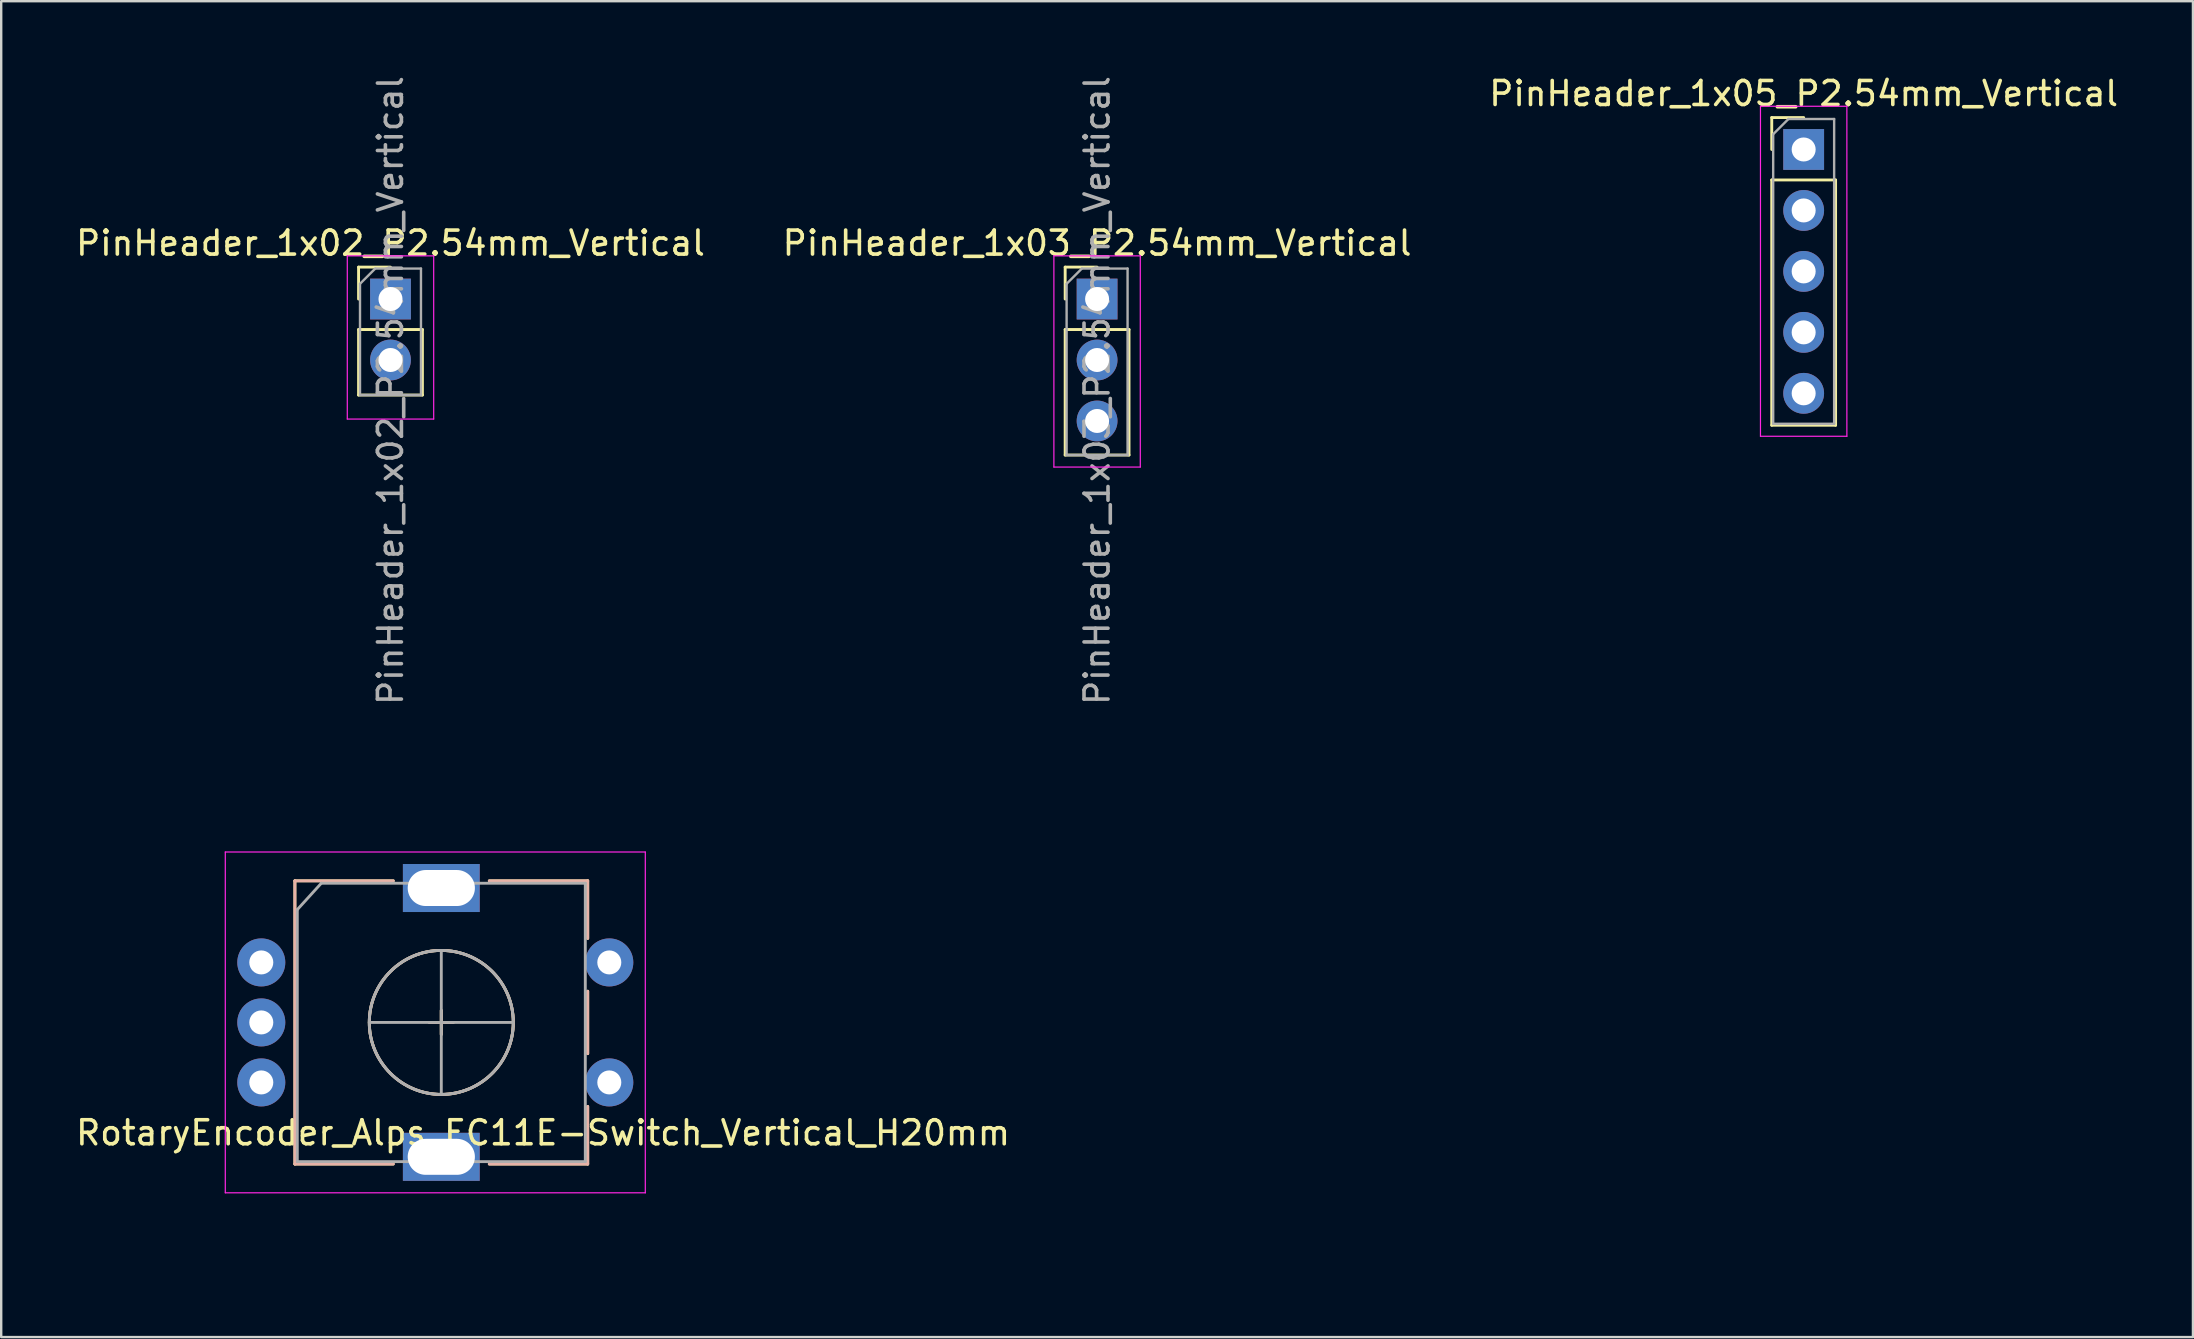
<source format=kicad_pcb>
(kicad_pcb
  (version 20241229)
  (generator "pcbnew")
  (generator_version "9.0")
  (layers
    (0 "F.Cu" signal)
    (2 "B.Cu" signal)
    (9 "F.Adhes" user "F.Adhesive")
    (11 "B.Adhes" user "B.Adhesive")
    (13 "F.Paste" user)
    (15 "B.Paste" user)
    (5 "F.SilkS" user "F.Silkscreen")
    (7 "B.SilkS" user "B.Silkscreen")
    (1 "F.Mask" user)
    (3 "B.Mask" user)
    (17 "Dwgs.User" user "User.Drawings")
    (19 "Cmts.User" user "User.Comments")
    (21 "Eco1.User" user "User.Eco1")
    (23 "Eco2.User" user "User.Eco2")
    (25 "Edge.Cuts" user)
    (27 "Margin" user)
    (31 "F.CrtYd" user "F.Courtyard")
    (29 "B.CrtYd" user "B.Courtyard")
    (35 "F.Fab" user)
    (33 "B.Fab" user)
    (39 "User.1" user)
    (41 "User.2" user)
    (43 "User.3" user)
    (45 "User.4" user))
  (footprint "PinHeader_1x05_P2.54mm_Vertical"
    (layer "F.Cu")
    (at 72.101 3.178)
    (property "Reference" "PinHeader_1x05_P2.54mm_Vertical" (at 0 -2.33 0) (layer "F.SilkS") (effects (font (size 1 1) (thickness 0.15))))
    (attr through_hole)
    (fp_line (start -1.33 -1.33) (end 0 -1.33) (stroke (width 0.12) (type solid)) (layer "F.SilkS"))
    (fp_line (start -1.33 0) (end -1.33 -1.33) (stroke (width 0.12) (type solid)) (layer "F.SilkS"))
    (fp_line (start -1.33 1.27) (end -1.33 11.49) (stroke (width 0.12) (type solid)) (layer "F.SilkS"))
    (fp_line (start -1.33 1.27) (end 1.33 1.27) (stroke (width 0.12) (type solid)) (layer "F.SilkS"))
    (fp_line (start -1.33 11.49) (end 1.33 11.49) (stroke (width 0.12) (type solid)) (layer "F.SilkS"))
    (fp_line (start 1.33 1.27) (end 1.33 11.49) (stroke (width 0.12) (type solid)) (layer "F.SilkS"))
    (fp_line (start -1.8 -1.8) (end -1.8 11.95) (stroke (width 0.05) (type solid)) (layer "F.CrtYd"))
    (fp_line (start -1.8 11.95) (end 1.8 11.95) (stroke (width 0.05) (type solid)) (layer "F.CrtYd"))
    (fp_line (start 1.8 -1.8) (end -1.8 -1.8) (stroke (width 0.05) (type solid)) (layer "F.CrtYd"))
    (fp_line (start 1.8 11.95) (end 1.8 -1.8) (stroke (width 0.05) (type solid)) (layer "F.CrtYd"))
    (fp_line (start -1.27 -0.635) (end -0.635 -1.27) (stroke (width 0.1) (type solid)) (layer "F.Fab"))
    (fp_line (start -1.27 11.43) (end -1.27 -0.635) (stroke (width 0.1) (type solid)) (layer "F.Fab"))
    (fp_line (start -0.635 -1.27) (end 1.27 -1.27) (stroke (width 0.1) (type solid)) (layer "F.Fab"))
    (fp_line (start 1.27 -1.27) (end 1.27 11.43) (stroke (width 0.1) (type solid)) (layer "F.Fab"))
    (fp_line (start 1.27 11.43) (end -1.27 11.43) (stroke (width 0.1) (type solid)) (layer "F.Fab"))
    (pad "1" thru_hole rect (at 0 0) (size 1.7 1.7) (drill 1) (layers "*.Cu" "*.Mask"))
    (pad "2" thru_hole oval (at 0 2.54) (size 1.7 1.7) (drill 1) (layers "*.Cu" "*.Mask"))
    (pad "3" thru_hole oval (at 0 5.08) (size 1.7 1.7) (drill 1) (layers "*.Cu" "*.Mask"))
    (pad "4" thru_hole oval (at 0 7.62) (size 1.7 1.7) (drill 1) (layers "*.Cu" "*.Mask"))
    (pad "5" thru_hole oval (at 0 10.16) (size 1.7 1.7) (drill 1) (layers "*.Cu" "*.Mask")))
  (footprint "RotaryEncoder_Alps_EC11E-Switch_Vertical_H20mm"
    (layer "F.Cu")
    (at 15.337 39.55)
    (property "Reference" "RotaryEncoder_Alps_EC11E-Switch_Vertical_H20mm" (at 4.24 4.6 0) (layer "F.SilkS") (effects (font (size 1 1) (thickness 0.15))))
    (attr through_hole)
    (fp_line (start -6.1 -5.9) (end -6.1 5.9) (stroke (width 0.12) (type solid)) (layer "F.SilkS"))
    (fp_line (start -2 -5.9) (end -6.1 -5.9) (stroke (width 0.12) (type solid)) (layer "F.SilkS"))
    (fp_line (start -2 5.9) (end -6.1 5.9) (stroke (width 0.12) (type solid)) (layer "F.SilkS"))
    (fp_line (start -0.5 0) (end 0.5 0) (stroke (width 0.12) (type solid)) (layer "F.SilkS"))
    (fp_line (start 0 -0.5) (end 0 0.5) (stroke (width 0.12) (type solid)) (layer "F.SilkS"))
    (fp_line (start 2 -5.9) (end 6.1 -5.9) (stroke (width 0.12) (type solid)) (layer "F.SilkS"))
    (fp_line (start 6.1 -5.9) (end 6.1 -3.5) (stroke (width 0.12) (type solid)) (layer "F.SilkS"))
    (fp_line (start 6.1 -1.3) (end 6.1 1.3) (stroke (width 0.12) (type solid)) (layer "F.SilkS"))
    (fp_line (start 6.1 3.5) (end 6.1 5.9) (stroke (width 0.12) (type solid)) (layer "F.SilkS"))
    (fp_line (start 6.1 5.9) (end 2 5.9) (stroke (width 0.12) (type solid)) (layer "F.SilkS"))
    (fp_circle (center 0 0) (end 3 0) (stroke (width 0.12) (type solid)) (fill no) (layer "F.SilkS"))
    (fp_line (start -6.1 -5.9) (end -6.1 5.9) (stroke (width 0.12) (type solid)) (layer "B.SilkS"))
    (fp_line (start -2 -5.9) (end -6.1 -5.9) (stroke (width 0.12) (type solid)) (layer "B.SilkS"))
    (fp_line (start -2 5.9) (end -6.1 5.9) (stroke (width 0.12) (type solid)) (layer "B.SilkS"))
    (fp_line (start -0.5 0) (end 0.5 0) (stroke (width 0.12) (type solid)) (layer "B.SilkS"))
    (fp_line (start 0 -0.5) (end 0 0.5) (stroke (width 0.12) (type solid)) (layer "B.SilkS"))
    (fp_line (start 2 -5.9) (end 6.1 -5.9) (stroke (width 0.12) (type solid)) (layer "B.SilkS"))
    (fp_line (start 6.1 -5.9) (end 6.1 -3.5) (stroke (width 0.12) (type solid)) (layer "B.SilkS"))
    (fp_line (start 6.1 -1.3) (end 6.1 1.3) (stroke (width 0.12) (type solid)) (layer "B.SilkS"))
    (fp_line (start 6.1 3.5) (end 6.1 5.9) (stroke (width 0.12) (type solid)) (layer "B.SilkS"))
    (fp_line (start 6.1 5.9) (end 2 5.9) (stroke (width 0.12) (type solid)) (layer "B.SilkS"))
    (fp_circle (center 0 0) (end 3 0) (stroke (width 0.12) (type solid)) (fill no) (layer "B.SilkS"))
    (fp_circle (center 0 0) (end 10 -1) (stroke (width 0.12) (type solid)) (fill no) (layer "Eco1.User"))
    (fp_line (start -9 -7.1) (end -9 7.1) (stroke (width 0.05) (type solid)) (layer "F.CrtYd"))
    (fp_line (start -9 -7.1) (end 8.5 -7.1) (stroke (width 0.05) (type solid)) (layer "F.CrtYd"))
    (fp_line (start 8.5 7.1) (end -9 7.1) (stroke (width 0.05) (type solid)) (layer "F.CrtYd"))
    (fp_line (start 8.5 7.1) (end 8.5 -7.1) (stroke (width 0.05) (type solid)) (layer "F.CrtYd"))
    (fp_line (start -6 -4.7) (end -5 -5.8) (stroke (width 0.12) (type solid)) (layer "F.Fab"))
    (fp_line (start -6 5.8) (end -6 -4.7) (stroke (width 0.12) (type solid)) (layer "F.Fab"))
    (fp_line (start -5 -5.8) (end 6 -5.8) (stroke (width 0.12) (type solid)) (layer "F.Fab"))
    (fp_line (start -3 0) (end 3 0) (stroke (width 0.12) (type solid)) (layer "F.Fab"))
    (fp_line (start 0 -3) (end 0 3) (stroke (width 0.12) (type solid)) (layer "F.Fab"))
    (fp_line (start 6 -5.8) (end 6 5.8) (stroke (width 0.12) (type solid)) (layer "F.Fab"))
    (fp_line (start 6 5.8) (end -6 5.8) (stroke (width 0.12) (type solid)) (layer "F.Fab"))
    (fp_circle (center 0 0) (end 3 0) (stroke (width 0.12) (type solid)) (fill no) (layer "F.Fab"))
    (pad "A" thru_hole circle (at -7.5 -2.5) (size 2 2) (drill 1) (layers "*.Cu" "*.Mask"))
    (pad "B" thru_hole circle (at -7.5 2.5) (size 2 2) (drill 1) (layers "*.Cu" "*.Mask"))
    (pad "C" thru_hole circle (at -7.5 0) (size 2 2) (drill 1) (layers "*.Cu" "*.Mask"))
    (pad "MP" thru_hole rect (at 0 -5.6) (size 3.2 2) (drill oval 2.8 1.5) (layers "*.Cu" "*.Mask"))
    (pad "MP" thru_hole rect (at 0 5.6) (size 3.2 2) (drill oval 2.8 1.5) (layers "*.Cu" "*.Mask"))
    (pad "S1" thru_hole circle (at 7 2.5) (size 2 2) (drill 1) (layers "*.Cu" "*.Mask"))
    (pad "S2" thru_hole circle (at 7 -2.5) (size 2 2) (drill 1) (layers "*.Cu" "*.Mask")))
  (footprint "PinHeader_1x02_P2.54mm_Vertical"
    (layer "F.Cu")
    (at 13.22 9.41)
    (property "Reference" "PinHeader_1x02_P2.54mm_Vertical" (at 0 -2.33 0) (layer "F.SilkS") (effects (font (size 1 1) (thickness 0.15))))
    (attr through_hole)
    (fp_line (start -1.33 -1.33) (end 0 -1.33) (stroke (width 0.12) (type solid)) (layer "F.SilkS"))
    (fp_line (start -1.33 0) (end -1.33 -1.33) (stroke (width 0.12) (type solid)) (layer "F.SilkS"))
    (fp_line (start -1.33 1.27) (end -1.33 4) (stroke (width 0.12) (type solid)) (layer "F.SilkS"))
    (fp_line (start -1.33 1.27) (end 1.33 1.27) (stroke (width 0.12) (type solid)) (layer "F.SilkS"))
    (fp_line (start -1.33 4) (end 1.33 4) (stroke (width 0.12) (type solid)) (layer "F.SilkS"))
    (fp_line (start 1.33 1.27) (end 1.33 4) (stroke (width 0.12) (type solid)) (layer "F.SilkS"))
    (fp_line (start -1.8 -1.8) (end -1.8 5) (stroke (width 0.05) (type solid)) (layer "F.CrtYd"))
    (fp_line (start -1.8 5) (end 1.8 5) (stroke (width 0.05) (type solid)) (layer "F.CrtYd"))
    (fp_line (start 1.8 -1.8) (end -1.8 -1.8) (stroke (width 0.05) (type solid)) (layer "F.CrtYd"))
    (fp_line (start 1.8 5) (end 1.8 -1.8) (stroke (width 0.05) (type solid)) (layer "F.CrtYd"))
    (fp_line (start -1.27 -0.635) (end -0.635 -1.27) (stroke (width 0.1) (type solid)) (layer "F.Fab"))
    (fp_line (start -1.27 4) (end -1.27 -0.635) (stroke (width 0.1) (type solid)) (layer "F.Fab"))
    (fp_line (start -0.635 -1.27) (end 1.27 -1.27) (stroke (width 0.1) (type solid)) (layer "F.Fab"))
    (fp_line (start 1.27 -1.27) (end 1.27 4) (stroke (width 0.1) (type solid)) (layer "F.Fab"))
    (fp_line (start 1.27 4) (end -1.27 4) (stroke (width 0.1) (type solid)) (layer "F.Fab"))
    (fp_text user "${REFERENCE}" (at 0 3.81 90) (layer "F.Fab") (effects (font (size 1 1) (thickness 0.15))))
    (pad "1" thru_hole rect (at 0 0) (size 1.7 1.7) (drill 1) (layers "*.Cu" "*.Mask"))
    (pad "2" thru_hole oval (at 0 2.54) (size 1.7 1.7) (drill 1) (layers "*.Cu" "*.Mask")))
  (footprint "PinHeader_1x03_P2.54mm_Vertical"
    (layer "F.Cu")
    (at 42.661 9.41)
    (property "Reference" "PinHeader_1x03_P2.54mm_Vertical" (at 0 -2.33 0) (layer "F.SilkS") (effects (font (size 1 1) (thickness 0.15))))
    (attr through_hole)
    (fp_line (start -1.33 -1.33) (end 0 -1.33) (stroke (width 0.12) (type solid)) (layer "F.SilkS"))
    (fp_line (start -1.33 0) (end -1.33 -1.33) (stroke (width 0.12) (type solid)) (layer "F.SilkS"))
    (fp_line (start -1.33 1.27) (end -1.33 6.5) (stroke (width 0.12) (type solid)) (layer "F.SilkS"))
    (fp_line (start -1.33 1.27) (end 1.33 1.27) (stroke (width 0.12) (type solid)) (layer "F.SilkS"))
    (fp_line (start -1.33 6.5) (end 1.33 6.5) (stroke (width 0.12) (type solid)) (layer "F.SilkS"))
    (fp_line (start 1.33 1.27) (end 1.33 6.5) (stroke (width 0.12) (type solid)) (layer "F.SilkS"))
    (fp_line (start -1.8 -1.8) (end -1.8 7) (stroke (width 0.05) (type solid)) (layer "F.CrtYd"))
    (fp_line (start -1.8 7) (end 1.8 7) (stroke (width 0.05) (type solid)) (layer "F.CrtYd"))
    (fp_line (start 1.8 -1.8) (end -1.8 -1.8) (stroke (width 0.05) (type solid)) (layer "F.CrtYd"))
    (fp_line (start 1.8 7) (end 1.8 -1.8) (stroke (width 0.05) (type solid)) (layer "F.CrtYd"))
    (fp_line (start -1.27 -0.635) (end -0.635 -1.27) (stroke (width 0.1) (type solid)) (layer "F.Fab"))
    (fp_line (start -1.27 6.5) (end -1.27 -0.635) (stroke (width 0.1) (type solid)) (layer "F.Fab"))
    (fp_line (start -0.635 -1.27) (end 1.27 -1.27) (stroke (width 0.1) (type solid)) (layer "F.Fab"))
    (fp_line (start 1.27 -1.27) (end 1.27 6.5) (stroke (width 0.1) (type solid)) (layer "F.Fab"))
    (fp_line (start 1.27 6.5) (end -1.27 6.5) (stroke (width 0.1) (type solid)) (layer "F.Fab"))
    (fp_text user "${REFERENCE}" (at 0 3.81 90) (layer "F.Fab") (effects (font (size 1 1) (thickness 0.15))))
    (pad "1" thru_hole rect (at 0 0) (size 1.7 1.7) (drill 1) (layers "*.Cu" "*.Mask"))
    (pad "2" thru_hole oval (at 0 2.54) (size 1.7 1.7) (drill 1) (layers "*.Cu" "*.Mask"))
    (pad "3" thru_hole oval (at 0 5.08) (size 1.7 1.7) (drill 1) (layers "*.Cu" "*.Mask")))
  (gr_rect
    (start -3 -3)
    (end 88.321 52.66)
    (stroke (width 0.1) (type default))
    (fill no)
    (layer "Edge.Cuts")))
</source>
